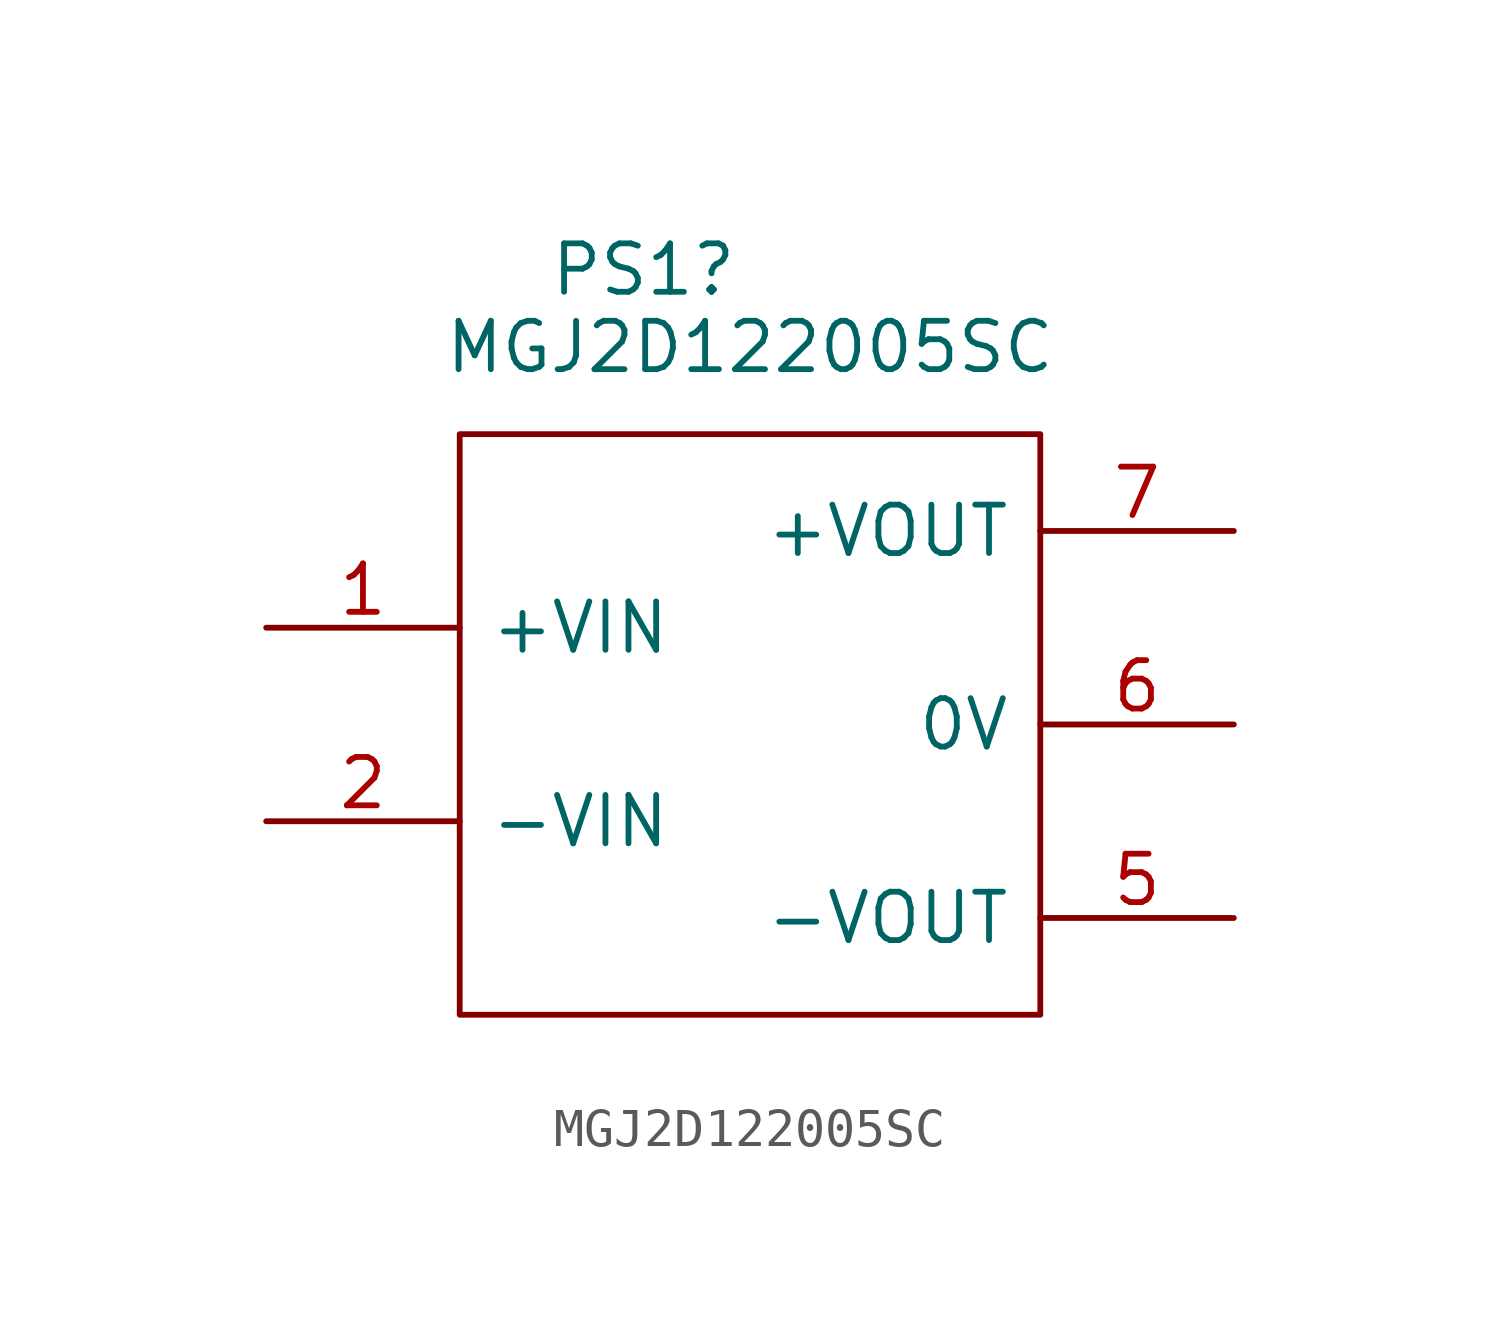
<source format=kicad_sym>
(kicad_symbol_lib
  (version 20231120)
  (generator "kicad_symbol_editor")
  (generator_version "8.0")
  (symbol "MGJ2D122005SC"
    (pin_names
      (offset 0.762))
    (property "Reference" "PS1"
      (at 9.906 6.858 0)
      (effects (font (size 1.27 1.27))))
    (property "Value" "MGJ2D122005SC"
      (at 12.7 4.826 0)
      (effects (font (size 1.27 1.27))))
    (symbol "MGJ2D122005SC_0_0"
      (pin passive line (at 0 -2.54 0) (length 5.08) (name "+VIN" (effects (font (size 1.27 1.27)))) (number "1" (effects (font (size 1.27 1.27)))))
      (pin passive line (at 0 -7.62 0) (length 5.08) (name "-VIN" (effects (font (size 1.27 1.27)))) (number "2" (effects (font (size 1.27 1.27)))))
      (pin passive line (at 25.4 -10.16 180) (length 5.08) (name "-VOUT" (effects (font (size 1.27 1.27)))) (number "5" (effects (font (size 1.27 1.27)))))
      (pin passive line (at 25.4 -5.08 180) (length 5.08) (name "0V" (effects (font (size 1.27 1.27)))) (number "6" (effects (font (size 1.27 1.27)))))
      (pin passive line (at 25.4 0 180) (length 5.08) (name "+VOUT" (effects (font (size 1.27 1.27)))) (number "7" (effects (font (size 1.27 1.27))))))
    (symbol "MGJ2D122005SC_0_1"
      (polyline (pts (xy 5.08 2.54) (xy 20.32 2.54) (xy 20.32 -12.7) (xy 5.08 -12.7) (xy 5.08 2.54)) (stroke (width 0.152) (type solid)) (fill (type none))))))
</source>
